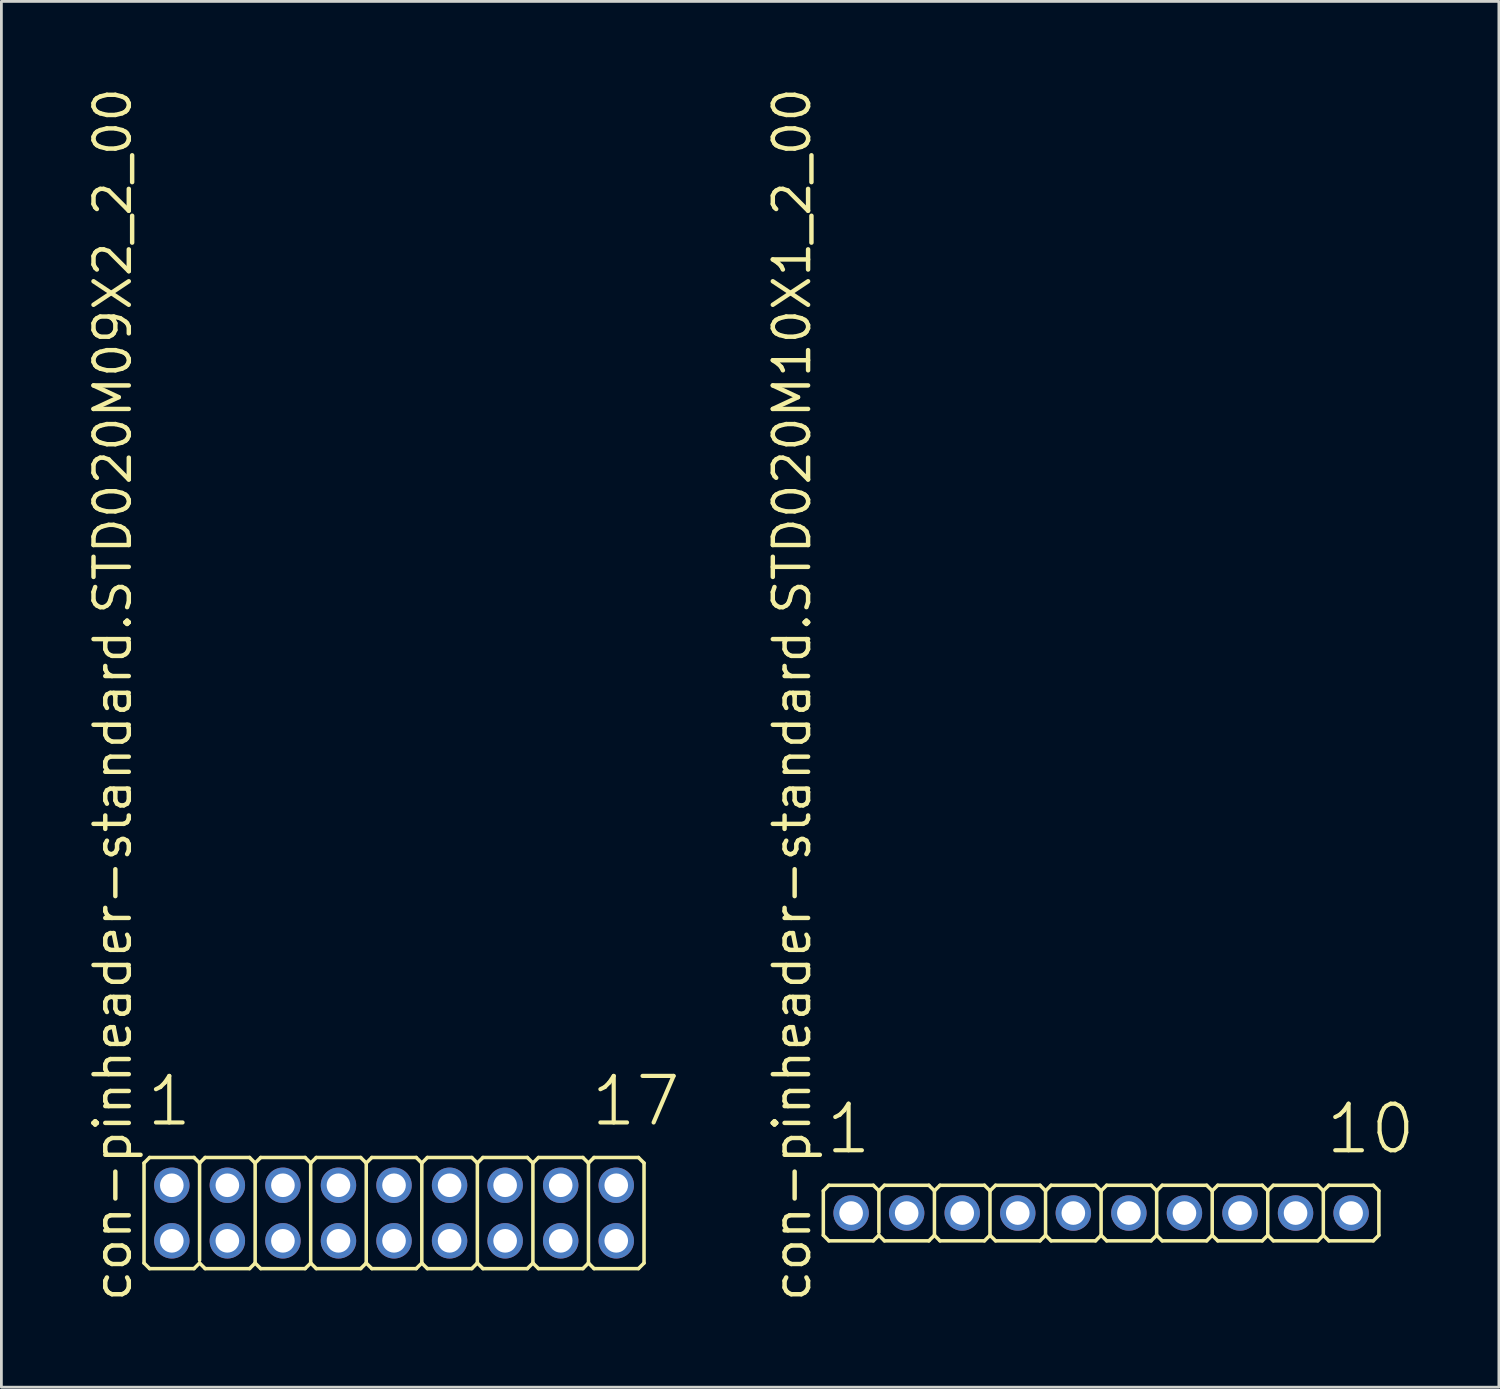
<source format=kicad_pcb>
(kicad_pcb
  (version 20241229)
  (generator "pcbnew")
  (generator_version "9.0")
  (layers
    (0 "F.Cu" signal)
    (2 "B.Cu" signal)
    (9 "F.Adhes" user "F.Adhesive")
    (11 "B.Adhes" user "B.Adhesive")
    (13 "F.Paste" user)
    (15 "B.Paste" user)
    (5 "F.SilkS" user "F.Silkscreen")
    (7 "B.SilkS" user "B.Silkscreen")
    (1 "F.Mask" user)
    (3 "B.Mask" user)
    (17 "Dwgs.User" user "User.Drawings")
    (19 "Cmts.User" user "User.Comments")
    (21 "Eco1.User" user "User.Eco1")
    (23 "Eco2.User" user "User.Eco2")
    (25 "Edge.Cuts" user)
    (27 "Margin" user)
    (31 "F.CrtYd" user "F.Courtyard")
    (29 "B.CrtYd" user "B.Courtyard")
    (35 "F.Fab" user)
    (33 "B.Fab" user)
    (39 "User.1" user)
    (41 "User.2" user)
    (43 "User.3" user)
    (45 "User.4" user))
  (footprint "con-pinheader-standard.STD020M10X1_2_00"
    (layer "F.Cu")
    (at 36.59 40.62)
    (property "Reference" "con-pinheader-standard.STD020M10X1_2_00" (at -10.385 3.27 90) (layer "F.SilkS") (effects (font (size 1.27 1.27) (thickness 0.16)) (justify left bottom)))
    (attr through_hole)
    (fp_line (start -10 0.8) (end -10 -0.8) (stroke (width 0.127) (type default)) (layer "F.SilkS"))
    (fp_line (start -9.8 -1) (end -10 -0.8) (stroke (width 0.127) (type default)) (layer "F.SilkS"))
    (fp_line (start -9.8 -1) (end -8.2 -1) (stroke (width 0.127) (type default)) (layer "F.SilkS"))
    (fp_line (start -9.8 1) (end -10 0.8) (stroke (width 0.127) (type default)) (layer "F.SilkS"))
    (fp_line (start -8.2 -1) (end -8 -0.8) (stroke (width 0.127) (type default)) (layer "F.SilkS"))
    (fp_line (start -8.2 1) (end -9.8 1) (stroke (width 0.127) (type default)) (layer "F.SilkS"))
    (fp_line (start -8.2 1) (end -8 0.8) (stroke (width 0.127) (type default)) (layer "F.SilkS"))
    (fp_line (start -8 -0.8) (end -8 0.7) (stroke (width 0.127) (type default)) (layer "F.SilkS"))
    (fp_line (start -7.8 -1) (end -8 -0.8) (stroke (width 0.127) (type default)) (layer "F.SilkS"))
    (fp_line (start -7.8 -1) (end -6.2 -1) (stroke (width 0.127) (type default)) (layer "F.SilkS"))
    (fp_line (start -7.8 1) (end -8 0.8) (stroke (width 0.127) (type default)) (layer "F.SilkS"))
    (fp_line (start -6.2 -1) (end -6 -0.8) (stroke (width 0.127) (type default)) (layer "F.SilkS"))
    (fp_line (start -6.2 1) (end -7.8 1) (stroke (width 0.127) (type default)) (layer "F.SilkS"))
    (fp_line (start -6.2 1) (end -6 0.8) (stroke (width 0.127) (type default)) (layer "F.SilkS"))
    (fp_line (start -6 -0.8) (end -6 0.8) (stroke (width 0.127) (type default)) (layer "F.SilkS"))
    (fp_line (start -5.8 -1) (end -6 -0.8) (stroke (width 0.127) (type default)) (layer "F.SilkS"))
    (fp_line (start -5.8 -1) (end -4.2 -1) (stroke (width 0.127) (type default)) (layer "F.SilkS"))
    (fp_line (start -5.8 1) (end -6 0.8) (stroke (width 0.127) (type default)) (layer "F.SilkS"))
    (fp_line (start -4.2 -1) (end -4 -0.8) (stroke (width 0.127) (type default)) (layer "F.SilkS"))
    (fp_line (start -4.2 1) (end -5.8 1) (stroke (width 0.127) (type default)) (layer "F.SilkS"))
    (fp_line (start -4.2 1) (end -4 0.8) (stroke (width 0.127) (type default)) (layer "F.SilkS"))
    (fp_line (start -4 -0.8) (end -4 0.8) (stroke (width 0.127) (type default)) (layer "F.SilkS"))
    (fp_line (start -3.8 -1) (end -4 -0.8) (stroke (width 0.127) (type default)) (layer "F.SilkS"))
    (fp_line (start -3.8 -1) (end -2.2 -1) (stroke (width 0.127) (type default)) (layer "F.SilkS"))
    (fp_line (start -3.8 1) (end -4 0.8) (stroke (width 0.127) (type default)) (layer "F.SilkS"))
    (fp_line (start -2.2 -1) (end -2 -0.8) (stroke (width 0.127) (type default)) (layer "F.SilkS"))
    (fp_line (start -2.2 1) (end -3.8 1) (stroke (width 0.127) (type default)) (layer "F.SilkS"))
    (fp_line (start -2.2 1) (end -2 0.8) (stroke (width 0.127) (type default)) (layer "F.SilkS"))
    (fp_line (start -2 -0.8) (end -2 0.8) (stroke (width 0.127) (type default)) (layer "F.SilkS"))
    (fp_line (start -1.8 -1) (end -2 -0.8) (stroke (width 0.127) (type default)) (layer "F.SilkS"))
    (fp_line (start -1.8 -1) (end -0.2 -1) (stroke (width 0.127) (type default)) (layer "F.SilkS"))
    (fp_line (start -1.8 1) (end -2 0.8) (stroke (width 0.127) (type default)) (layer "F.SilkS"))
    (fp_line (start -0.2 -1) (end 0 -0.8) (stroke (width 0.127) (type default)) (layer "F.SilkS"))
    (fp_line (start -0.2 1) (end -1.8 1) (stroke (width 0.127) (type default)) (layer "F.SilkS"))
    (fp_line (start -0.2 1) (end 0 0.8) (stroke (width 0.127) (type default)) (layer "F.SilkS"))
    (fp_line (start 0 -0.8) (end 0 0.8) (stroke (width 0.127) (type default)) (layer "F.SilkS"))
    (fp_line (start 0.2 -1) (end 0 -0.8) (stroke (width 0.127) (type default)) (layer "F.SilkS"))
    (fp_line (start 0.2 -1) (end 1.8 -1) (stroke (width 0.127) (type default)) (layer "F.SilkS"))
    (fp_line (start 0.2 1) (end 0 0.8) (stroke (width 0.127) (type default)) (layer "F.SilkS"))
    (fp_line (start 1.8 -1) (end 2 -0.8) (stroke (width 0.127) (type default)) (layer "F.SilkS"))
    (fp_line (start 1.8 1) (end 0.2 1) (stroke (width 0.127) (type default)) (layer "F.SilkS"))
    (fp_line (start 1.8 1) (end 2 0.8) (stroke (width 0.127) (type default)) (layer "F.SilkS"))
    (fp_line (start 2 -0.8) (end 2 0.8) (stroke (width 0.127) (type default)) (layer "F.SilkS"))
    (fp_line (start 2.2 -1) (end 2 -0.8) (stroke (width 0.127) (type default)) (layer "F.SilkS"))
    (fp_line (start 2.2 -1) (end 3.8 -1) (stroke (width 0.127) (type default)) (layer "F.SilkS"))
    (fp_line (start 2.2 1) (end 2 0.8) (stroke (width 0.127) (type default)) (layer "F.SilkS"))
    (fp_line (start 3.8 -1) (end 4 -0.8) (stroke (width 0.127) (type default)) (layer "F.SilkS"))
    (fp_line (start 3.8 1) (end 2.2 1) (stroke (width 0.127) (type default)) (layer "F.SilkS"))
    (fp_line (start 3.8 1) (end 4 0.8) (stroke (width 0.127) (type default)) (layer "F.SilkS"))
    (fp_line (start 4 -0.8) (end 4 0.8) (stroke (width 0.127) (type default)) (layer "F.SilkS"))
    (fp_line (start 4.2 -1) (end 4 -0.8) (stroke (width 0.127) (type default)) (layer "F.SilkS"))
    (fp_line (start 4.2 -1) (end 5.8 -1) (stroke (width 0.127) (type default)) (layer "F.SilkS"))
    (fp_line (start 4.2 1) (end 4 0.8) (stroke (width 0.127) (type default)) (layer "F.SilkS"))
    (fp_line (start 5.8 -1) (end 6 -0.8) (stroke (width 0.127) (type default)) (layer "F.SilkS"))
    (fp_line (start 5.8 1) (end 4.2 1) (stroke (width 0.127) (type default)) (layer "F.SilkS"))
    (fp_line (start 5.8 1) (end 6 0.8) (stroke (width 0.127) (type default)) (layer "F.SilkS"))
    (fp_line (start 6 -0.8) (end 6 0.8) (stroke (width 0.127) (type default)) (layer "F.SilkS"))
    (fp_line (start 6.2 -1) (end 6 -0.8) (stroke (width 0.127) (type default)) (layer "F.SilkS"))
    (fp_line (start 6.2 -1) (end 7.8 -1) (stroke (width 0.127) (type default)) (layer "F.SilkS"))
    (fp_line (start 6.2 1) (end 6 0.8) (stroke (width 0.127) (type default)) (layer "F.SilkS"))
    (fp_line (start 7.8 -1) (end 8 -0.8) (stroke (width 0.127) (type default)) (layer "F.SilkS"))
    (fp_line (start 7.8 1) (end 6.2 1) (stroke (width 0.127) (type default)) (layer "F.SilkS"))
    (fp_line (start 7.8 1) (end 8 0.8) (stroke (width 0.127) (type default)) (layer "F.SilkS"))
    (fp_line (start 8 -0.8) (end 8 0.8) (stroke (width 0.127) (type default)) (layer "F.SilkS"))
    (fp_line (start 8.2 -1) (end 8 -0.8) (stroke (width 0.127) (type default)) (layer "F.SilkS"))
    (fp_line (start 8.2 -1) (end 9.8 -1) (stroke (width 0.127) (type default)) (layer "F.SilkS"))
    (fp_line (start 8.2 1) (end 8 0.8) (stroke (width 0.127) (type default)) (layer "F.SilkS"))
    (fp_line (start 9.8 -1) (end 10 -0.8) (stroke (width 0.127) (type default)) (layer "F.SilkS"))
    (fp_line (start 9.8 1) (end 8.2 1) (stroke (width 0.127) (type default)) (layer "F.SilkS"))
    (fp_line (start 9.8 1) (end 10 0.8) (stroke (width 0.127) (type default)) (layer "F.SilkS"))
    (fp_line (start 10 -0.8) (end 10 0.8) (stroke (width 0.127) (type default)) (layer "F.SilkS"))
    (fp_rect (start -9.25 0.25) (end -8.75 -0.25) (stroke (width 0.05) (type default)) (fill no) (layer "F.Fab"))
    (fp_rect (start -7.25 0.25) (end -6.75 -0.25) (stroke (width 0.05) (type default)) (fill no) (layer "F.Fab"))
    (fp_rect (start -5.25 0.25) (end -4.75 -0.25) (stroke (width 0.05) (type default)) (fill no) (layer "F.Fab"))
    (fp_rect (start -3.25 0.25) (end -2.75 -0.25) (stroke (width 0.05) (type default)) (fill no) (layer "F.Fab"))
    (fp_rect (start -1.25 0.25) (end -0.75 -0.25) (stroke (width 0.05) (type default)) (fill no) (layer "F.Fab"))
    (fp_rect (start 0.75 0.25) (end 1.25 -0.25) (stroke (width 0.05) (type default)) (fill no) (layer "F.Fab"))
    (fp_rect (start 2.75 0.25) (end 3.25 -0.25) (stroke (width 0.05) (type default)) (fill no) (layer "F.Fab"))
    (fp_rect (start 4.75 0.25) (end 5.25 -0.25) (stroke (width 0.05) (type default)) (fill no) (layer "F.Fab"))
    (fp_rect (start 6.75 0.25) (end 7.25 -0.25) (stroke (width 0.05) (type default)) (fill no) (layer "F.Fab"))
    (fp_rect (start 8.75 0.25) (end 9.25 -0.25) (stroke (width 0.05) (type default)) (fill no) (layer "F.Fab"))
    (fp_text user "10" (at 8.012 -2.048 0) (layer "F.SilkS") (effects (font (size 1.676 1.676) (thickness 0.15)) (justify left bottom)))
    (fp_text user "1" (at -9.988 -2.048 0) (layer "F.SilkS") (effects (font (size 1.676 1.676) (thickness 0.15)) (justify left bottom)))
    (pad "1" thru_hole circle (at -9 0) (size 1.275 1.275) (drill 0.85) (layers "*.Cu" "*.Mask"))
    (pad "2" thru_hole circle (at -7 0) (size 1.275 1.275) (drill 0.85) (layers "*.Cu" "*.Mask"))
    (pad "3" thru_hole circle (at -5 0) (size 1.275 1.275) (drill 0.85) (layers "*.Cu" "*.Mask"))
    (pad "4" thru_hole circle (at -3 0) (size 1.275 1.275) (drill 0.85) (layers "*.Cu" "*.Mask"))
    (pad "5" thru_hole circle (at -1 0) (size 1.275 1.275) (drill 0.85) (layers "*.Cu" "*.Mask"))
    (pad "6" thru_hole circle (at 1 0) (size 1.275 1.275) (drill 0.85) (layers "*.Cu" "*.Mask"))
    (pad "7" thru_hole circle (at 3 0) (size 1.275 1.275) (drill 0.85) (layers "*.Cu" "*.Mask"))
    (pad "8" thru_hole circle (at 5 0) (size 1.275 1.275) (drill 0.85) (layers "*.Cu" "*.Mask"))
    (pad "9" thru_hole circle (at 7 0) (size 1.275 1.275) (drill 0.85) (layers "*.Cu" "*.Mask"))
    (pad "10" thru_hole circle (at 9 0) (size 1.275 1.275) (drill 0.85) (layers "*.Cu" "*.Mask")))
  (footprint "con-pinheader-standard.STD020M09X2_2_00"
    (layer "F.Cu")
    (at 11.135 40.62)
    (property "Reference" "con-pinheader-standard.STD020M09X2_2_00" (at -9.385 3.27 90) (layer "F.SilkS") (effects (font (size 1.27 1.27) (thickness 0.16)) (justify left bottom)))
    (attr through_hole)
    (fp_line (start -9 1.8) (end -9 -1.8) (stroke (width 0.127) (type default)) (layer "F.SilkS"))
    (fp_line (start -8.8 -2) (end -9 -1.8) (stroke (width 0.127) (type default)) (layer "F.SilkS"))
    (fp_line (start -8.8 -2) (end -7.2 -2) (stroke (width 0.127) (type default)) (layer "F.SilkS"))
    (fp_line (start -8.8 2) (end -9 1.8) (stroke (width 0.127) (type default)) (layer "F.SilkS"))
    (fp_line (start -7.2 -2) (end -7 -1.8) (stroke (width 0.127) (type default)) (layer "F.SilkS"))
    (fp_line (start -7.2 2) (end -8.8 2) (stroke (width 0.127) (type default)) (layer "F.SilkS"))
    (fp_line (start -7.2 2) (end -7 1.8) (stroke (width 0.127) (type default)) (layer "F.SilkS"))
    (fp_line (start -7 -1.8) (end -7 1.7) (stroke (width 0.127) (type default)) (layer "F.SilkS"))
    (fp_line (start -6.8 -2) (end -7 -1.8) (stroke (width 0.127) (type default)) (layer "F.SilkS"))
    (fp_line (start -6.8 -2) (end -5.2 -2) (stroke (width 0.127) (type default)) (layer "F.SilkS"))
    (fp_line (start -6.8 2) (end -7 1.8) (stroke (width 0.127) (type default)) (layer "F.SilkS"))
    (fp_line (start -5.2 -2) (end -5 -1.8) (stroke (width 0.127) (type default)) (layer "F.SilkS"))
    (fp_line (start -5.2 2) (end -6.8 2) (stroke (width 0.127) (type default)) (layer "F.SilkS"))
    (fp_line (start -5.2 2) (end -5 1.8) (stroke (width 0.127) (type default)) (layer "F.SilkS"))
    (fp_line (start -5 -1.8) (end -5 1.8) (stroke (width 0.127) (type default)) (layer "F.SilkS"))
    (fp_line (start -4.8 -2) (end -5 -1.8) (stroke (width 0.127) (type default)) (layer "F.SilkS"))
    (fp_line (start -4.8 -2) (end -3.2 -2) (stroke (width 0.127) (type default)) (layer "F.SilkS"))
    (fp_line (start -4.8 2) (end -5 1.8) (stroke (width 0.127) (type default)) (layer "F.SilkS"))
    (fp_line (start -3.2 -2) (end -3 -1.8) (stroke (width 0.127) (type default)) (layer "F.SilkS"))
    (fp_line (start -3.2 2) (end -4.8 2) (stroke (width 0.127) (type default)) (layer "F.SilkS"))
    (fp_line (start -3.2 2) (end -3 1.8) (stroke (width 0.127) (type default)) (layer "F.SilkS"))
    (fp_line (start -3 -1.8) (end -3 1.8) (stroke (width 0.127) (type default)) (layer "F.SilkS"))
    (fp_line (start -2.8 -2) (end -3 -1.8) (stroke (width 0.127) (type default)) (layer "F.SilkS"))
    (fp_line (start -2.8 -2) (end -1.2 -2) (stroke (width 0.127) (type default)) (layer "F.SilkS"))
    (fp_line (start -2.8 2) (end -3 1.8) (stroke (width 0.127) (type default)) (layer "F.SilkS"))
    (fp_line (start -1.2 -2) (end -1 -1.8) (stroke (width 0.127) (type default)) (layer "F.SilkS"))
    (fp_line (start -1.2 2) (end -2.8 2) (stroke (width 0.127) (type default)) (layer "F.SilkS"))
    (fp_line (start -1.2 2) (end -1 1.8) (stroke (width 0.127) (type default)) (layer "F.SilkS"))
    (fp_line (start -1 -1.8) (end -1 1.8) (stroke (width 0.127) (type default)) (layer "F.SilkS"))
    (fp_line (start -0.8 -2) (end -1 -1.8) (stroke (width 0.127) (type default)) (layer "F.SilkS"))
    (fp_line (start -0.8 -2) (end 0.8 -2) (stroke (width 0.127) (type default)) (layer "F.SilkS"))
    (fp_line (start -0.8 2) (end -1 1.8) (stroke (width 0.127) (type default)) (layer "F.SilkS"))
    (fp_line (start 0.8 -2) (end 1 -1.8) (stroke (width 0.127) (type default)) (layer "F.SilkS"))
    (fp_line (start 0.8 2) (end -0.8 2) (stroke (width 0.127) (type default)) (layer "F.SilkS"))
    (fp_line (start 0.8 2) (end 1 1.8) (stroke (width 0.127) (type default)) (layer "F.SilkS"))
    (fp_line (start 1 -1.8) (end 1 1.8) (stroke (width 0.127) (type default)) (layer "F.SilkS"))
    (fp_line (start 1.2 -2) (end 1 -1.8) (stroke (width 0.127) (type default)) (layer "F.SilkS"))
    (fp_line (start 1.2 -2) (end 2.8 -2) (stroke (width 0.127) (type default)) (layer "F.SilkS"))
    (fp_line (start 1.2 2) (end 1 1.8) (stroke (width 0.127) (type default)) (layer "F.SilkS"))
    (fp_line (start 2.8 -2) (end 3 -1.8) (stroke (width 0.127) (type default)) (layer "F.SilkS"))
    (fp_line (start 2.8 2) (end 1.2 2) (stroke (width 0.127) (type default)) (layer "F.SilkS"))
    (fp_line (start 2.8 2) (end 3 1.8) (stroke (width 0.127) (type default)) (layer "F.SilkS"))
    (fp_line (start 3 -1.8) (end 3 1.8) (stroke (width 0.127) (type default)) (layer "F.SilkS"))
    (fp_line (start 3.2 -2) (end 3 -1.8) (stroke (width 0.127) (type default)) (layer "F.SilkS"))
    (fp_line (start 3.2 -2) (end 4.8 -2) (stroke (width 0.127) (type default)) (layer "F.SilkS"))
    (fp_line (start 3.2 2) (end 3 1.8) (stroke (width 0.127) (type default)) (layer "F.SilkS"))
    (fp_line (start 4.8 -2) (end 5 -1.8) (stroke (width 0.127) (type default)) (layer "F.SilkS"))
    (fp_line (start 4.8 2) (end 3.2 2) (stroke (width 0.127) (type default)) (layer "F.SilkS"))
    (fp_line (start 4.8 2) (end 5 1.8) (stroke (width 0.127) (type default)) (layer "F.SilkS"))
    (fp_line (start 5 -1.8) (end 5 1.8) (stroke (width 0.127) (type default)) (layer "F.SilkS"))
    (fp_line (start 5.2 -2) (end 5 -1.8) (stroke (width 0.127) (type default)) (layer "F.SilkS"))
    (fp_line (start 5.2 -2) (end 6.8 -2) (stroke (width 0.127) (type default)) (layer "F.SilkS"))
    (fp_line (start 5.2 2) (end 5 1.8) (stroke (width 0.127) (type default)) (layer "F.SilkS"))
    (fp_line (start 6.8 -2) (end 7 -1.8) (stroke (width 0.127) (type default)) (layer "F.SilkS"))
    (fp_line (start 6.8 2) (end 5.2 2) (stroke (width 0.127) (type default)) (layer "F.SilkS"))
    (fp_line (start 6.8 2) (end 7 1.8) (stroke (width 0.127) (type default)) (layer "F.SilkS"))
    (fp_line (start 7 -1.8) (end 7 1.8) (stroke (width 0.127) (type default)) (layer "F.SilkS"))
    (fp_line (start 7.2 -2) (end 7 -1.8) (stroke (width 0.127) (type default)) (layer "F.SilkS"))
    (fp_line (start 7.2 -2) (end 8.8 -2) (stroke (width 0.127) (type default)) (layer "F.SilkS"))
    (fp_line (start 7.2 2) (end 7 1.8) (stroke (width 0.127) (type default)) (layer "F.SilkS"))
    (fp_line (start 8.8 -2) (end 9 -1.8) (stroke (width 0.127) (type default)) (layer "F.SilkS"))
    (fp_line (start 8.8 2) (end 7.2 2) (stroke (width 0.127) (type default)) (layer "F.SilkS"))
    (fp_line (start 8.8 2) (end 9 1.8) (stroke (width 0.127) (type default)) (layer "F.SilkS"))
    (fp_line (start 9 -1.8) (end 9 1.8) (stroke (width 0.127) (type default)) (layer "F.SilkS"))
    (fp_rect (start -8.25 -0.75) (end -7.75 -1.25) (stroke (width 0.05) (type default)) (fill no) (layer "F.Fab"))
    (fp_rect (start -8.25 1.25) (end -7.75 0.75) (stroke (width 0.05) (type default)) (fill no) (layer "F.Fab"))
    (fp_rect (start -6.25 -0.75) (end -5.75 -1.25) (stroke (width 0.05) (type default)) (fill no) (layer "F.Fab"))
    (fp_rect (start -6.25 1.25) (end -5.75 0.75) (stroke (width 0.05) (type default)) (fill no) (layer "F.Fab"))
    (fp_rect (start -4.25 -0.75) (end -3.75 -1.25) (stroke (width 0.05) (type default)) (fill no) (layer "F.Fab"))
    (fp_rect (start -4.25 1.25) (end -3.75 0.75) (stroke (width 0.05) (type default)) (fill no) (layer "F.Fab"))
    (fp_rect (start -2.25 -0.75) (end -1.75 -1.25) (stroke (width 0.05) (type default)) (fill no) (layer "F.Fab"))
    (fp_rect (start -2.25 1.25) (end -1.75 0.75) (stroke (width 0.05) (type default)) (fill no) (layer "F.Fab"))
    (fp_rect (start -0.25 -0.75) (end 0.25 -1.25) (stroke (width 0.05) (type default)) (fill no) (layer "F.Fab"))
    (fp_rect (start -0.25 1.25) (end 0.25 0.75) (stroke (width 0.05) (type default)) (fill no) (layer "F.Fab"))
    (fp_rect (start 1.75 -0.75) (end 2.25 -1.25) (stroke (width 0.05) (type default)) (fill no) (layer "F.Fab"))
    (fp_rect (start 1.75 1.25) (end 2.25 0.75) (stroke (width 0.05) (type default)) (fill no) (layer "F.Fab"))
    (fp_rect (start 3.75 -0.75) (end 4.25 -1.25) (stroke (width 0.05) (type default)) (fill no) (layer "F.Fab"))
    (fp_rect (start 3.75 1.25) (end 4.25 0.75) (stroke (width 0.05) (type default)) (fill no) (layer "F.Fab"))
    (fp_rect (start 5.75 -0.75) (end 6.25 -1.25) (stroke (width 0.05) (type default)) (fill no) (layer "F.Fab"))
    (fp_rect (start 5.75 1.25) (end 6.25 0.75) (stroke (width 0.05) (type default)) (fill no) (layer "F.Fab"))
    (fp_rect (start 7.75 -0.75) (end 8.25 -1.25) (stroke (width 0.05) (type default)) (fill no) (layer "F.Fab"))
    (fp_rect (start 7.75 1.25) (end 8.25 0.75) (stroke (width 0.05) (type default)) (fill no) (layer "F.Fab"))
    (fp_text user "17" (at 7.012 -3.048 0) (layer "F.SilkS") (effects (font (size 1.676 1.676) (thickness 0.15)) (justify left bottom)))
    (fp_text user "1" (at -8.988 -3.048 0) (layer "F.SilkS") (effects (font (size 1.676 1.676) (thickness 0.15)) (justify left bottom)))
    (pad "1" thru_hole circle (at -8 -1) (size 1.275 1.275) (drill 0.85) (layers "*.Cu" "*.Mask"))
    (pad "2" thru_hole circle (at -8 1) (size 1.275 1.275) (drill 0.85) (layers "*.Cu" "*.Mask"))
    (pad "3" thru_hole circle (at -6 -1) (size 1.275 1.275) (drill 0.85) (layers "*.Cu" "*.Mask"))
    (pad "4" thru_hole circle (at -6 1) (size 1.275 1.275) (drill 0.85) (layers "*.Cu" "*.Mask"))
    (pad "5" thru_hole circle (at -4 -1) (size 1.275 1.275) (drill 0.85) (layers "*.Cu" "*.Mask"))
    (pad "6" thru_hole circle (at -4 1) (size 1.275 1.275) (drill 0.85) (layers "*.Cu" "*.Mask"))
    (pad "7" thru_hole circle (at -2 -1) (size 1.275 1.275) (drill 0.85) (layers "*.Cu" "*.Mask"))
    (pad "8" thru_hole circle (at -2 1) (size 1.275 1.275) (drill 0.85) (layers "*.Cu" "*.Mask"))
    (pad "9" thru_hole circle (at 0 -1) (size 1.275 1.275) (drill 0.85) (layers "*.Cu" "*.Mask"))
    (pad "10" thru_hole circle (at 0 1) (size 1.275 1.275) (drill 0.85) (layers "*.Cu" "*.Mask"))
    (pad "11" thru_hole circle (at 2 -1) (size 1.275 1.275) (drill 0.85) (layers "*.Cu" "*.Mask"))
    (pad "12" thru_hole circle (at 2 1) (size 1.275 1.275) (drill 0.85) (layers "*.Cu" "*.Mask"))
    (pad "13" thru_hole circle (at 4 -1) (size 1.275 1.275) (drill 0.85) (layers "*.Cu" "*.Mask"))
    (pad "14" thru_hole circle (at 4 1) (size 1.275 1.275) (drill 0.85) (layers "*.Cu" "*.Mask"))
    (pad "15" thru_hole circle (at 6 -1) (size 1.275 1.275) (drill 0.85) (layers "*.Cu" "*.Mask"))
    (pad "16" thru_hole circle (at 6 1) (size 1.275 1.275) (drill 0.85) (layers "*.Cu" "*.Mask"))
    (pad "17" thru_hole circle (at 8 -1) (size 1.275 1.275) (drill 0.85) (layers "*.Cu" "*.Mask"))
    (pad "18" thru_hole circle (at 8 1) (size 1.275 1.275) (drill 0.85) (layers "*.Cu" "*.Mask")))
  (gr_rect
    (start -3 -3)
    (end 50.91 46.89)
    (stroke (width 0.1) (type default))
    (fill no)
    (layer "Edge.Cuts")))
</source>
